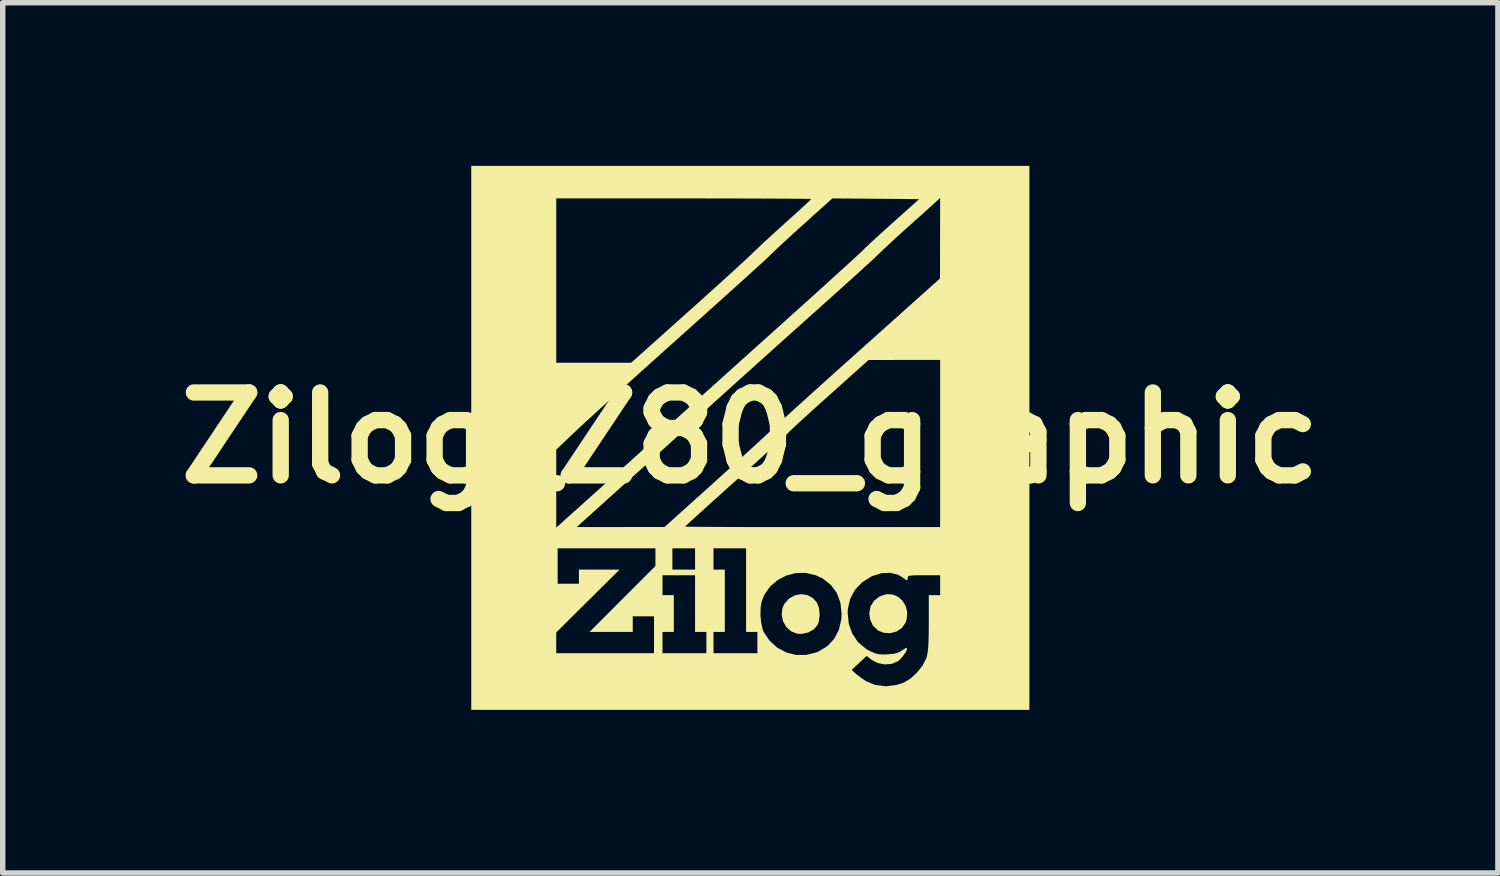
<source format=kicad_pcb>
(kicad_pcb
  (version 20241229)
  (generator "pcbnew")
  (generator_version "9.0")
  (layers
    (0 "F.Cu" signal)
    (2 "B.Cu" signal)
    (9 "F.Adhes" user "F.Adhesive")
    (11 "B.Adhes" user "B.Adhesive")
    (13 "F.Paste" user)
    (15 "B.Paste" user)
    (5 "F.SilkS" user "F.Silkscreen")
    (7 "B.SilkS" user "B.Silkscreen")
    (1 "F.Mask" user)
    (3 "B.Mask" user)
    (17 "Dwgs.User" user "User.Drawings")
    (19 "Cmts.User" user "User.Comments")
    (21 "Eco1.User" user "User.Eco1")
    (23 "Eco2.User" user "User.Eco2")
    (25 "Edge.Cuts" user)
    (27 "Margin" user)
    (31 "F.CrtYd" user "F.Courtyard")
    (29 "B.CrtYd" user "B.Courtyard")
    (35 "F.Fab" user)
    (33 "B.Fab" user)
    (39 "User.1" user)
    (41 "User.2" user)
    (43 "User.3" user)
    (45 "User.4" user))
  (footprint "Zilog_Z80_graphic"
    (layer "F.Cu")
    (at 10.748 5.002)
    (property "Reference" "Zilog_Z80_graphic" (at 0 0 0) (layer "F.SilkS") (effects (font (size 1.524 1.524) (thickness 0.3))))
    (attr board_only exclude_from_pos_files exclude_from_bom)
    (fp_poly (pts (xy 2.61 2.879) (xy 2.713 2.92) (xy 2.798 2.994) (xy 2.857 3.092) (xy 2.886 3.208) (xy 2.876 3.335) (xy 2.854 3.4) (xy 2.788 3.495) (xy 2.691 3.561) (xy 2.575 3.592) (xy 2.453 3.585) (xy 2.352 3.544) (xy 2.257 3.457) (xy 2.202 3.339) (xy 2.188 3.229) (xy 2.21 3.098) (xy 2.277 2.993) (xy 2.377 2.917) (xy 2.496 2.875)) (stroke (width 0) (type solid)) (fill yes) (layer "F.SilkS"))
    (fp_poly (pts (xy 1.05 2.891) (xy 1.153 2.948) (xy 1.227 3.033) (xy 1.264 3.132) (xy 1.275 3.253) (xy 1.261 3.372) (xy 1.237 3.44) (xy 1.168 3.521) (xy 1.066 3.579) (xy 0.947 3.605) (xy 0.86 3.601) (xy 0.748 3.557) (xy 0.66 3.477) (xy 0.601 3.371) (xy 0.576 3.252) (xy 0.591 3.131) (xy 0.624 3.056) (xy 0.71 2.957) (xy 0.817 2.896) (xy 0.934 2.874)) (stroke (width 0) (type solid)) (fill yes) (layer "F.SilkS"))
    (fp_poly (pts (xy 5.132 5.002) (xy -5.132 5.002) (xy -5.132 3.96) (xy -3.569 3.96) (xy -1.771 3.96) (xy -1.615 3.96) (xy -0.808 3.96) (xy -0.677 3.96) (xy 0.13 3.96) (xy 0.13 3.569) (xy -0.078 3.569) (xy -0.078 3.264) (xy 0.187 3.264) (xy 0.2 3.402) (xy 0.227 3.521) (xy 0.246 3.569) (xy 0.356 3.732) (xy 0.497 3.859) (xy 0.661 3.946) (xy 0.841 3.992) (xy 1.029 3.992) (xy 1.217 3.945) (xy 1.248 3.932) (xy 1.413 3.833) (xy 1.54 3.699) (xy 1.627 3.534) (xy 1.673 3.341) (xy 1.679 3.23) (xy 1.677 3.216) (xy 1.79 3.216) (xy 1.811 3.421) (xy 1.876 3.603) (xy 1.981 3.758) (xy 2.126 3.879) (xy 2.202 3.922) (xy 2.29 3.961) (xy 2.367 3.98) (xy 2.456 3.984) (xy 2.526 3.981) (xy 2.643 3.97) (xy 2.726 3.947) (xy 2.788 3.911) (xy 2.842 3.875) (xy 2.876 3.86) (xy 2.88 3.861) (xy 2.88 3.894) (xy 2.852 3.949) (xy 2.806 4.015) (xy 2.753 4.075) (xy 2.709 4.111) (xy 2.598 4.157) (xy 2.469 4.166) (xy 2.339 4.139) (xy 2.231 4.082) (xy 2.139 4.011) (xy 2.002 4.139) (xy 1.864 4.267) (xy 1.953 4.35) (xy 2.119 4.471) (xy 2.301 4.545) (xy 2.494 4.569) (xy 2.693 4.543) (xy 2.821 4.5) (xy 2.944 4.427) (xy 3.063 4.319) (xy 3.164 4.192) (xy 3.233 4.062) (xy 3.243 4.032) (xy 3.258 3.962) (xy 3.27 3.87) (xy 3.277 3.748) (xy 3.281 3.588) (xy 3.282 3.395) (xy 3.282 2.892) (xy 3.491 2.892) (xy 3.491 2.527) (xy 3.191 2.527) (xy 3.063 2.527) (xy 2.977 2.53) (xy 2.927 2.536) (xy 2.901 2.548) (xy 2.893 2.566) (xy 2.892 2.583) (xy 2.888 2.622) (xy 2.868 2.617) (xy 2.845 2.597) (xy 2.72 2.518) (xy 2.573 2.482) (xy 2.412 2.489) (xy 2.245 2.541) (xy 2.227 2.549) (xy 2.058 2.655) (xy 1.926 2.793) (xy 1.837 2.958) (xy 1.794 3.143) (xy 1.79 3.216) (xy 1.677 3.216) (xy 1.656 3.028) (xy 1.589 2.851) (xy 1.48 2.703) (xy 1.331 2.587) (xy 1.203 2.526) (xy 1.022 2.483) (xy 0.84 2.486) (xy 0.665 2.531) (xy 0.504 2.614) (xy 0.368 2.73) (xy 0.263 2.875) (xy 0.207 3.013) (xy 0.189 3.128) (xy 0.187 3.264) (xy -0.078 3.264) (xy -0.078 2.032) (xy -0.677 2.032) (xy -0.677 2.423) (xy -0.469 2.423) (xy -0.469 3.569) (xy -0.677 3.569) (xy -0.677 3.96) (xy -0.808 3.96) (xy -0.808 3.569) (xy -1.016 3.569) (xy -1.016 2.527) (xy -1.615 2.527) (xy -1.615 2.892) (xy -1.407 2.892) (xy -1.407 3.569) (xy -1.615 3.569) (xy -1.615 3.96) (xy -1.771 3.96) (xy -1.771 3.282) (xy -2.162 3.282) (xy -2.162 3.569) (xy -2.956 3.569) (xy -2.351 2.963) (xy -1.811 2.423) (xy -1.433 2.423) (xy -1.016 2.423) (xy -1.016 2.032) (xy -1.433 2.032) (xy -1.433 2.423) (xy -1.811 2.423) (xy -1.745 2.357) (xy -1.745 2.032) (xy -3.543 2.032) (xy -3.543 2.683) (xy -3.152 2.683) (xy -3.152 2.423) (xy -2.405 2.423) (xy -2.987 3.001) (xy -3.569 3.579) (xy -3.569 3.96) (xy -5.132 3.96) (xy -5.132 1.65) (xy -3.569 1.65) (xy -3.559 1.641) (xy -3.19 1.641) (xy -1.576 1.639) (xy -1.568 1.631) (xy -1.198 1.631) (xy -1.173 1.633) (xy -1.099 1.634) (xy -0.98 1.636) (xy -0.821 1.637) (xy -0.624 1.638) (xy -0.393 1.639) (xy -0.132 1.64) (xy 0.155 1.64) (xy 0.465 1.641) (xy 0.794 1.641) (xy 1.138 1.641) (xy 3.491 1.641) (xy 3.491 -1.433) (xy 2.175 -1.432) (xy 1.446 -0.779) (xy 1.281 -0.631) (xy 1.129 -0.494) (xy 0.994 -0.371) (xy 0.88 -0.267) (xy 0.792 -0.185) (xy 0.733 -0.13) (xy 0.709 -0.105) (xy 0.708 -0.104) (xy 0.688 -0.083) (xy 0.632 -0.03) (xy 0.546 0.05) (xy 0.431 0.155) (xy 0.293 0.281) (xy 0.135 0.424) (xy -0.04 0.582) (xy -0.227 0.75) (xy -0.249 0.77) (xy -0.437 0.938) (xy -0.612 1.096) (xy -0.772 1.24) (xy -0.911 1.367) (xy -1.028 1.473) (xy -1.117 1.554) (xy -1.175 1.608) (xy -1.198 1.631) (xy -1.198 1.631) (xy -1.568 1.631) (xy -0.674 0.826) (xy -0.484 0.655) (xy -0.302 0.49) (xy -0.132 0.336) (xy 0.022 0.195) (xy 0.155 0.074) (xy 0.261 -0.025) (xy 0.338 -0.096) (xy 0.374 -0.13) (xy 0.416 -0.171) (xy 0.494 -0.243) (xy 0.605 -0.343) (xy 0.744 -0.469) (xy 0.908 -0.618) (xy 1.094 -0.786) (xy 1.299 -0.971) (xy 1.519 -1.169) (xy 1.751 -1.377) (xy 1.992 -1.592) (xy 2.003 -1.602) (xy 3.488 -2.931) (xy 3.491 -4.413) (xy 3.406 -4.334) (xy 3.361 -4.293) (xy 3.284 -4.224) (xy 3.184 -4.133) (xy 3.066 -4.028) (xy 2.94 -3.914) (xy 2.918 -3.895) (xy 2.787 -3.778) (xy 2.662 -3.664) (xy 2.551 -3.561) (xy 2.461 -3.477) (xy 2.401 -3.419) (xy 2.397 -3.415) (xy 2.35 -3.37) (xy 2.271 -3.295) (xy 2.162 -3.195) (xy 2.03 -3.075) (xy 1.881 -2.939) (xy 1.718 -2.793) (xy 1.55 -2.642) (xy 1.122 -2.258) (xy 0.731 -1.908) (xy 0.378 -1.591) (xy 0.062 -1.307) (xy -0.218 -1.055) (xy -0.463 -0.834) (xy -0.674 -0.644) (xy -0.851 -0.484) (xy -0.995 -0.354) (xy -1.106 -0.252) (xy -1.186 -0.178) (xy -1.235 -0.132) (xy -1.254 -0.112) (xy -1.254 -0.112) (xy -1.275 -0.091) (xy -1.331 -0.038) (xy -1.418 0.042) (xy -1.532 0.146) (xy -1.669 0.27) (xy -1.826 0.412) (xy -1.999 0.567) (xy -2.162 0.714) (xy -2.348 0.88) (xy -2.523 1.037) (xy -2.684 1.182) (xy -2.826 1.31) (xy -2.946 1.418) (xy -3.039 1.501) (xy -3.101 1.557) (xy -3.126 1.58) (xy -3.19 1.641) (xy -3.559 1.641) (xy -3.51 1.598) (xy -3.479 1.57) (xy -3.414 1.511) (xy -3.318 1.425) (xy -3.195 1.315) (xy -3.05 1.185) (xy -2.887 1.039) (xy -2.71 0.88) (xy -2.54 0.728) (xy -2.356 0.563) (xy -2.183 0.407) (xy -2.027 0.266) (xy -1.89 0.142) (xy -1.777 0.039) (xy -1.692 -0.04) (xy -1.638 -0.091) (xy -1.619 -0.11) (xy -1.599 -0.131) (xy -1.543 -0.183) (xy -1.453 -0.265) (xy -1.333 -0.375) (xy -1.184 -0.509) (xy -1.011 -0.666) (xy -0.816 -0.842) (xy -0.6 -1.036) (xy -0.368 -1.245) (xy -0.122 -1.466) (xy 0.135 -1.697) (xy 0.152 -1.712) (xy 0.414 -1.947) (xy 0.667 -2.175) (xy 0.909 -2.393) (xy 1.136 -2.597) (xy 1.345 -2.786) (xy 1.533 -2.957) (xy 1.698 -3.106) (xy 1.836 -3.232) (xy 1.944 -3.331) (xy 2.019 -3.401) (xy 2.058 -3.438) (xy 2.12 -3.499) (xy 2.213 -3.586) (xy 2.329 -3.694) (xy 2.461 -3.813) (xy 2.599 -3.938) (xy 2.653 -3.986) (xy 3.105 -4.39) (xy 2.306 -4.397) (xy 1.508 -4.403) (xy 0.995 -3.942) (xy 0.851 -3.812) (xy 0.715 -3.688) (xy 0.593 -3.575) (xy 0.49 -3.48) (xy 0.415 -3.408) (xy 0.378 -3.371) (xy 0.342 -3.336) (xy 0.271 -3.27) (xy 0.167 -3.175) (xy 0.034 -3.054) (xy -0.125 -2.909) (xy -0.308 -2.745) (xy -0.51 -2.563) (xy -0.729 -2.366) (xy -0.961 -2.158) (xy -1.203 -1.941) (xy -1.277 -1.875) (xy -1.53 -1.648) (xy -1.779 -1.424) (xy -2.022 -1.206) (xy -2.254 -0.997) (xy -2.471 -0.801) (xy -2.668 -0.622) (xy -2.843 -0.463) (xy -2.992 -0.327) (xy -3.109 -0.219) (xy -3.192 -0.141) (xy -3.198 -0.136) (xy -3.569 0.217) (xy -3.569 1.65) (xy -5.132 1.65) (xy -5.132 -1.381) (xy -3.569 -1.381) (xy -2.191 -1.381) (xy -1.141 -2.321) (xy -0.939 -2.502) (xy -0.744 -2.677) (xy -0.563 -2.841) (xy -0.398 -2.99) (xy -0.254 -3.122) (xy -0.135 -3.231) (xy -0.044 -3.315) (xy 0.013 -3.369) (xy 0.027 -3.382) (xy 0.079 -3.434) (xy 0.164 -3.514) (xy 0.273 -3.616) (xy 0.4 -3.732) (xy 0.538 -3.858) (xy 0.632 -3.943) (xy 0.765 -4.063) (xy 0.885 -4.172) (xy 0.985 -4.263) (xy 1.061 -4.334) (xy 1.107 -4.379) (xy 1.12 -4.392) (xy 1.095 -4.394) (xy 1.021 -4.395) (xy 0.902 -4.397) (xy 0.743 -4.398) (xy 0.546 -4.399) (xy 0.315 -4.4) (xy 0.054 -4.401) (xy -0.233 -4.402) (xy -0.543 -4.402) (xy -0.872 -4.403) (xy -1.216 -4.403) (xy -3.569 -4.403) (xy -3.569 -1.381) (xy -5.132 -1.381) (xy -5.132 -5.002) (xy 5.132 -5.002)) (stroke (width 0) (type solid)) (fill yes) (layer "F.SilkS")))
  (gr_rect
    (start -3 -3)
    (end 24.496 13.004)
    (stroke (width 0.1) (type default))
    (fill no)
    (layer "Edge.Cuts")))
</source>
